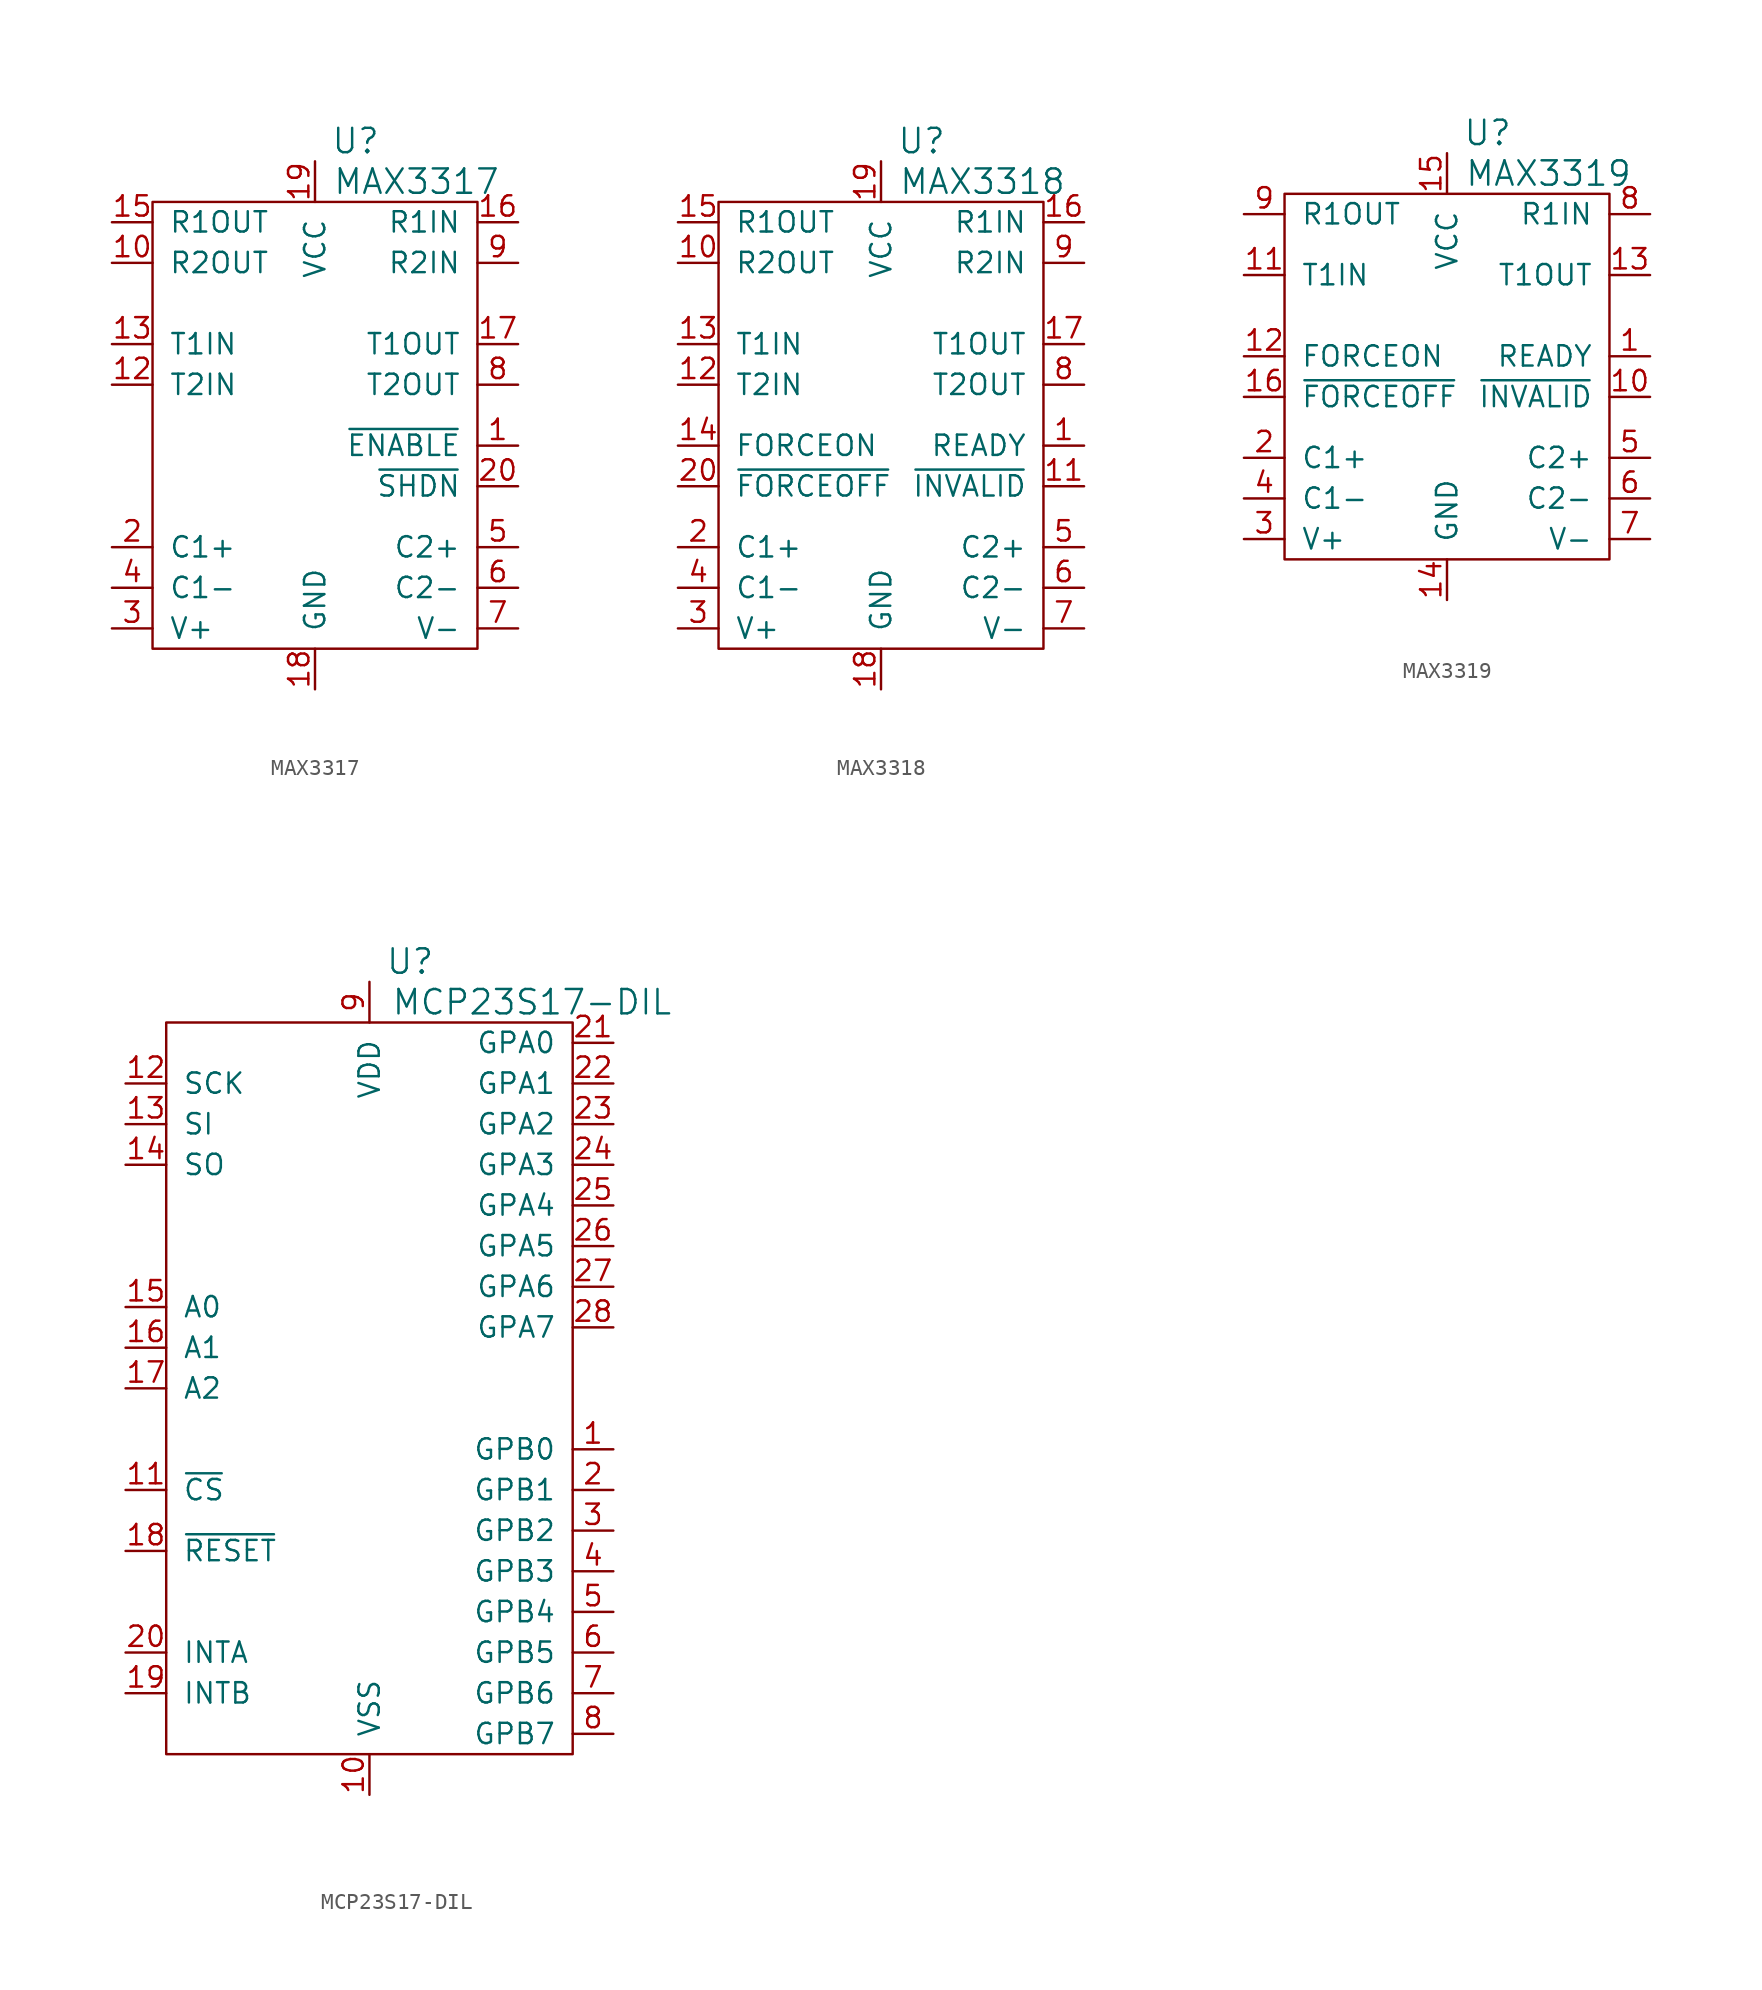
<source format=kicad_sym>
(kicad_symbol_lib
  (version 20220914)
  (generator kicad_symbol_editor)
  (symbol "MAX3317"
    (pin_names
      (offset 1.016))
    (property "Reference" "U"
      (at 2.54 17.78 0)
      (effects (font (size 1.524 1.524))))
    (property "Value" "MAX3317"
      (at 6.35 15.24 0)
      (effects (font (size 1.524 1.524))))
    (property "Footprint" ""
      (at 0 0 0)
      (effects (font (size 1.524 1.524))))
    (property "Datasheet" ""
      (at 0 0 0)
      (effects (font (size 1.524 1.524))))
    (symbol "MAX3317_0_1"
      (rectangle (start -10.16 13.97) (end 10.16 -13.97) (stroke (width 0) (type solid)) (fill (type none))))
    (symbol "MAX3317_1_1"
      (pin passive line (at 12.7 -1.27 180) (length 2.54) (name "~{ENABLE}" (effects (font (size 1.27 1.27)))) (number "1" (effects (font (size 1.27 1.27)))))
      (pin passive line (at -12.7 10.16 0) (length 2.54) (name "R2OUT" (effects (font (size 1.27 1.27)))) (number "10" (effects (font (size 1.27 1.27)))))
      (pin passive line (at -12.7 2.54 0) (length 2.54) (name "T2IN" (effects (font (size 1.27 1.27)))) (number "12" (effects (font (size 1.27 1.27)))))
      (pin passive line (at -12.7 5.08 0) (length 2.54) (name "T1IN" (effects (font (size 1.27 1.27)))) (number "13" (effects (font (size 1.27 1.27)))))
      (pin passive line (at -12.7 12.7 0) (length 2.54) (name "R1OUT" (effects (font (size 1.27 1.27)))) (number "15" (effects (font (size 1.27 1.27)))))
      (pin passive line (at 12.7 12.7 180) (length 2.54) (name "R1IN" (effects (font (size 1.27 1.27)))) (number "16" (effects (font (size 1.27 1.27)))))
      (pin passive line (at 12.7 5.08 180) (length 2.54) (name "T1OUT" (effects (font (size 1.27 1.27)))) (number "17" (effects (font (size 1.27 1.27)))))
      (pin passive line (at 0 -16.51 90) (length 2.54) (name "GND" (effects (font (size 1.27 1.27)))) (number "18" (effects (font (size 1.27 1.27)))))
      (pin passive line (at 0 16.51 270) (length 2.54) (name "VCC" (effects (font (size 1.27 1.27)))) (number "19" (effects (font (size 1.27 1.27)))))
      (pin passive line (at -12.7 -7.62 0) (length 2.54) (name "C1+" (effects (font (size 1.27 1.27)))) (number "2" (effects (font (size 1.27 1.27)))))
      (pin passive line (at 12.7 -3.81 180) (length 2.54) (name "~{SHDN}" (effects (font (size 1.27 1.27)))) (number "20" (effects (font (size 1.27 1.27)))))
      (pin passive line (at -12.7 -12.7 0) (length 2.54) (name "V+" (effects (font (size 1.27 1.27)))) (number "3" (effects (font (size 1.27 1.27)))))
      (pin passive line (at -12.7 -10.16 0) (length 2.54) (name "C1-" (effects (font (size 1.27 1.27)))) (number "4" (effects (font (size 1.27 1.27)))))
      (pin passive line (at 12.7 -7.62 180) (length 2.54) (name "C2+" (effects (font (size 1.27 1.27)))) (number "5" (effects (font (size 1.27 1.27)))))
      (pin passive line (at 12.7 -10.16 180) (length 2.54) (name "C2-" (effects (font (size 1.27 1.27)))) (number "6" (effects (font (size 1.27 1.27)))))
      (pin passive line (at 12.7 -12.7 180) (length 2.54) (name "V-" (effects (font (size 1.27 1.27)))) (number "7" (effects (font (size 1.27 1.27)))))
      (pin passive line (at 12.7 2.54 180) (length 2.54) (name "T2OUT" (effects (font (size 1.27 1.27)))) (number "8" (effects (font (size 1.27 1.27)))))
      (pin passive line (at 12.7 10.16 180) (length 2.54) (name "R2IN" (effects (font (size 1.27 1.27)))) (number "9" (effects (font (size 1.27 1.27)))))))
  (symbol "MAX3318"
    (pin_names
      (offset 1.016))
    (property "Reference" "U"
      (at 2.54 17.78 0)
      (effects (font (size 1.524 1.524))))
    (property "Value" "MAX3318"
      (at 6.35 15.24 0)
      (effects (font (size 1.524 1.524))))
    (property "Footprint" ""
      (at 0 0 0)
      (effects (font (size 1.524 1.524))))
    (property "Datasheet" ""
      (at 0 0 0)
      (effects (font (size 1.524 1.524))))
    (symbol "MAX3318_0_1"
      (rectangle (start -10.16 13.97) (end 10.16 -13.97) (stroke (width 0) (type solid)) (fill (type none))))
    (symbol "MAX3318_1_1"
      (pin passive line (at 12.7 -1.27 180) (length 2.54) (name "READY" (effects (font (size 1.27 1.27)))) (number "1" (effects (font (size 1.27 1.27)))))
      (pin passive line (at -12.7 10.16 0) (length 2.54) (name "R2OUT" (effects (font (size 1.27 1.27)))) (number "10" (effects (font (size 1.27 1.27)))))
      (pin passive line (at 12.7 -3.81 180) (length 2.54) (name "~{INVALID}" (effects (font (size 1.27 1.27)))) (number "11" (effects (font (size 1.27 1.27)))))
      (pin passive line (at -12.7 2.54 0) (length 2.54) (name "T2IN" (effects (font (size 1.27 1.27)))) (number "12" (effects (font (size 1.27 1.27)))))
      (pin passive line (at -12.7 5.08 0) (length 2.54) (name "T1IN" (effects (font (size 1.27 1.27)))) (number "13" (effects (font (size 1.27 1.27)))))
      (pin passive line (at -12.7 -1.27 0) (length 2.54) (name "FORCEON" (effects (font (size 1.27 1.27)))) (number "14" (effects (font (size 1.27 1.27)))))
      (pin passive line (at -12.7 12.7 0) (length 2.54) (name "R1OUT" (effects (font (size 1.27 1.27)))) (number "15" (effects (font (size 1.27 1.27)))))
      (pin passive line (at 12.7 12.7 180) (length 2.54) (name "R1IN" (effects (font (size 1.27 1.27)))) (number "16" (effects (font (size 1.27 1.27)))))
      (pin passive line (at 12.7 5.08 180) (length 2.54) (name "T1OUT" (effects (font (size 1.27 1.27)))) (number "17" (effects (font (size 1.27 1.27)))))
      (pin passive line (at 0 -16.51 90) (length 2.54) (name "GND" (effects (font (size 1.27 1.27)))) (number "18" (effects (font (size 1.27 1.27)))))
      (pin passive line (at 0 16.51 270) (length 2.54) (name "VCC" (effects (font (size 1.27 1.27)))) (number "19" (effects (font (size 1.27 1.27)))))
      (pin passive line (at -12.7 -7.62 0) (length 2.54) (name "C1+" (effects (font (size 1.27 1.27)))) (number "2" (effects (font (size 1.27 1.27)))))
      (pin passive line (at -12.7 -3.81 0) (length 2.54) (name "~{FORCEOFF}" (effects (font (size 1.27 1.27)))) (number "20" (effects (font (size 1.27 1.27)))))
      (pin passive line (at -12.7 -12.7 0) (length 2.54) (name "V+" (effects (font (size 1.27 1.27)))) (number "3" (effects (font (size 1.27 1.27)))))
      (pin passive line (at -12.7 -10.16 0) (length 2.54) (name "C1-" (effects (font (size 1.27 1.27)))) (number "4" (effects (font (size 1.27 1.27)))))
      (pin passive line (at 12.7 -7.62 180) (length 2.54) (name "C2+" (effects (font (size 1.27 1.27)))) (number "5" (effects (font (size 1.27 1.27)))))
      (pin passive line (at 12.7 -10.16 180) (length 2.54) (name "C2-" (effects (font (size 1.27 1.27)))) (number "6" (effects (font (size 1.27 1.27)))))
      (pin passive line (at 12.7 -12.7 180) (length 2.54) (name "V-" (effects (font (size 1.27 1.27)))) (number "7" (effects (font (size 1.27 1.27)))))
      (pin passive line (at 12.7 2.54 180) (length 2.54) (name "T2OUT" (effects (font (size 1.27 1.27)))) (number "8" (effects (font (size 1.27 1.27)))))
      (pin passive line (at 12.7 10.16 180) (length 2.54) (name "R2IN" (effects (font (size 1.27 1.27)))) (number "9" (effects (font (size 1.27 1.27)))))))
  (symbol "MAX3319"
    (pin_names
      (offset 1.016))
    (property "Reference" "U"
      (at 2.54 15.24 0)
      (effects (font (size 1.524 1.524))))
    (property "Value" "MAX3319"
      (at 6.35 12.7 0)
      (effects (font (size 1.524 1.524))))
    (property "Footprint" ""
      (at 0 0 0)
      (effects (font (size 1.524 1.524))))
    (property "Datasheet" ""
      (at 0 0 0)
      (effects (font (size 1.524 1.524))))
    (symbol "MAX3319_0_1"
      (rectangle (start 10.16 11.43) (end -10.16 -11.43) (stroke (width 0) (type solid)) (fill (type none))))
    (symbol "MAX3319_1_1"
      (pin passive line (at 12.7 1.27 180) (length 2.54) (name "READY" (effects (font (size 1.27 1.27)))) (number "1" (effects (font (size 1.27 1.27)))))
      (pin passive line (at 12.7 -1.27 180) (length 2.54) (name "~{INVALID}" (effects (font (size 1.27 1.27)))) (number "10" (effects (font (size 1.27 1.27)))))
      (pin passive line (at -12.7 6.35 0) (length 2.54) (name "T1IN" (effects (font (size 1.27 1.27)))) (number "11" (effects (font (size 1.27 1.27)))))
      (pin passive line (at -12.7 1.27 0) (length 2.54) (name "FORCEON" (effects (font (size 1.27 1.27)))) (number "12" (effects (font (size 1.27 1.27)))))
      (pin passive line (at 12.7 6.35 180) (length 2.54) (name "T1OUT" (effects (font (size 1.27 1.27)))) (number "13" (effects (font (size 1.27 1.27)))))
      (pin passive line (at 0 -13.97 90) (length 2.54) (name "GND" (effects (font (size 1.27 1.27)))) (number "14" (effects (font (size 1.27 1.27)))))
      (pin passive line (at 0 13.97 270) (length 2.54) (name "VCC" (effects (font (size 1.27 1.27)))) (number "15" (effects (font (size 1.27 1.27)))))
      (pin passive line (at -12.7 -1.27 0) (length 2.54) (name "~{FORCEOFF}" (effects (font (size 1.27 1.27)))) (number "16" (effects (font (size 1.27 1.27)))))
      (pin passive line (at -12.7 -5.08 0) (length 2.54) (name "C1+" (effects (font (size 1.27 1.27)))) (number "2" (effects (font (size 1.27 1.27)))))
      (pin passive line (at -12.7 -10.16 0) (length 2.54) (name "V+" (effects (font (size 1.27 1.27)))) (number "3" (effects (font (size 1.27 1.27)))))
      (pin passive line (at -12.7 -7.62 0) (length 2.54) (name "C1-" (effects (font (size 1.27 1.27)))) (number "4" (effects (font (size 1.27 1.27)))))
      (pin passive line (at 12.7 -5.08 180) (length 2.54) (name "C2+" (effects (font (size 1.27 1.27)))) (number "5" (effects (font (size 1.27 1.27)))))
      (pin passive line (at 12.7 -7.62 180) (length 2.54) (name "C2-" (effects (font (size 1.27 1.27)))) (number "6" (effects (font (size 1.27 1.27)))))
      (pin passive line (at 12.7 -10.16 180) (length 2.54) (name "V-" (effects (font (size 1.27 1.27)))) (number "7" (effects (font (size 1.27 1.27)))))
      (pin passive line (at 12.7 10.16 180) (length 2.54) (name "R1IN" (effects (font (size 1.27 1.27)))) (number "8" (effects (font (size 1.27 1.27)))))
      (pin passive line (at -12.7 10.16 0) (length 2.54) (name "R1OUT" (effects (font (size 1.27 1.27)))) (number "9" (effects (font (size 1.27 1.27)))))))
  (symbol "MCP23S17-DIL"
    (pin_names
      (offset 1.016))
    (property "Reference" "U"
      (at 2.54 26.67 0)
      (effects (font (size 1.524 1.524))))
    (property "Value" "MCP23S17-DIL"
      (at 10.16 24.13 0)
      (effects (font (size 1.524 1.524))))
    (property "Footprint" ""
      (at 0 0 0)
      (effects (font (size 1.524 1.524))))
    (property "Datasheet" ""
      (at 0 0 0)
      (effects (font (size 1.524 1.524))))
    (symbol "MCP23S17-DIL_0_1"
      (rectangle (start -12.7 22.86) (end 12.7 -22.86) (stroke (width 0) (type solid)) (fill (type none))))
    (symbol "MCP23S17-DIL_1_1"
      (pin input line (at 15.24 -3.81 180) (length 2.54) (name "GPB0" (effects (font (size 1.27 1.27)))) (number "1" (effects (font (size 1.27 1.27)))))
      (pin passive line (at 0 -25.4 90) (length 2.54) (name "VSS" (effects (font (size 1.27 1.27)))) (number "10" (effects (font (size 1.27 1.27)))))
      (pin input line (at -15.24 -6.35 0) (length 2.54) (name "~{CS}" (effects (font (size 1.27 1.27)))) (number "11" (effects (font (size 1.27 1.27)))))
      (pin input line (at -15.24 19.05 0) (length 2.54) (name "SCK" (effects (font (size 1.27 1.27)))) (number "12" (effects (font (size 1.27 1.27)))))
      (pin input line (at -15.24 16.51 0) (length 2.54) (name "SI" (effects (font (size 1.27 1.27)))) (number "13" (effects (font (size 1.27 1.27)))))
      (pin input line (at -15.24 13.97 0) (length 2.54) (name "SO" (effects (font (size 1.27 1.27)))) (number "14" (effects (font (size 1.27 1.27)))))
      (pin input line (at -15.24 5.08 0) (length 2.54) (name "A0" (effects (font (size 1.27 1.27)))) (number "15" (effects (font (size 1.27 1.27)))))
      (pin input line (at -15.24 2.54 0) (length 2.54) (name "A1" (effects (font (size 1.27 1.27)))) (number "16" (effects (font (size 1.27 1.27)))))
      (pin input line (at -15.24 0 0) (length 2.54) (name "A2" (effects (font (size 1.27 1.27)))) (number "17" (effects (font (size 1.27 1.27)))))
      (pin input line (at -15.24 -10.16 0) (length 2.54) (name "~{RESET}" (effects (font (size 1.27 1.27)))) (number "18" (effects (font (size 1.27 1.27)))))
      (pin input line (at -15.24 -19.05 0) (length 2.54) (name "INTB" (effects (font (size 1.27 1.27)))) (number "19" (effects (font (size 1.27 1.27)))))
      (pin input line (at 15.24 -6.35 180) (length 2.54) (name "GPB1" (effects (font (size 1.27 1.27)))) (number "2" (effects (font (size 1.27 1.27)))))
      (pin input line (at -15.24 -16.51 0) (length 2.54) (name "INTA" (effects (font (size 1.27 1.27)))) (number "20" (effects (font (size 1.27 1.27)))))
      (pin input line (at 15.24 21.59 180) (length 2.54) (name "GPA0" (effects (font (size 1.27 1.27)))) (number "21" (effects (font (size 1.27 1.27)))))
      (pin input line (at 15.24 19.05 180) (length 2.54) (name "GPA1" (effects (font (size 1.27 1.27)))) (number "22" (effects (font (size 1.27 1.27)))))
      (pin input line (at 15.24 16.51 180) (length 2.54) (name "GPA2" (effects (font (size 1.27 1.27)))) (number "23" (effects (font (size 1.27 1.27)))))
      (pin input line (at 15.24 13.97 180) (length 2.54) (name "GPA3" (effects (font (size 1.27 1.27)))) (number "24" (effects (font (size 1.27 1.27)))))
      (pin input line (at 15.24 11.43 180) (length 2.54) (name "GPA4" (effects (font (size 1.27 1.27)))) (number "25" (effects (font (size 1.27 1.27)))))
      (pin input line (at 15.24 8.89 180) (length 2.54) (name "GPA5" (effects (font (size 1.27 1.27)))) (number "26" (effects (font (size 1.27 1.27)))))
      (pin input line (at 15.24 6.35 180) (length 2.54) (name "GPA6" (effects (font (size 1.27 1.27)))) (number "27" (effects (font (size 1.27 1.27)))))
      (pin input line (at 15.24 3.81 180) (length 2.54) (name "GPA7" (effects (font (size 1.27 1.27)))) (number "28" (effects (font (size 1.27 1.27)))))
      (pin input line (at 15.24 -8.89 180) (length 2.54) (name "GPB2" (effects (font (size 1.27 1.27)))) (number "3" (effects (font (size 1.27 1.27)))))
      (pin input line (at 15.24 -11.43 180) (length 2.54) (name "GPB3" (effects (font (size 1.27 1.27)))) (number "4" (effects (font (size 1.27 1.27)))))
      (pin input line (at 15.24 -13.97 180) (length 2.54) (name "GPB4" (effects (font (size 1.27 1.27)))) (number "5" (effects (font (size 1.27 1.27)))))
      (pin input line (at 15.24 -16.51 180) (length 2.54) (name "GPB5" (effects (font (size 1.27 1.27)))) (number "6" (effects (font (size 1.27 1.27)))))
      (pin input line (at 15.24 -19.05 180) (length 2.54) (name "GPB6" (effects (font (size 1.27 1.27)))) (number "7" (effects (font (size 1.27 1.27)))))
      (pin input line (at 15.24 -21.59 180) (length 2.54) (name "GPB7" (effects (font (size 1.27 1.27)))) (number "8" (effects (font (size 1.27 1.27)))))
      (pin passive line (at 0 25.4 270) (length 2.54) (name "VDD" (effects (font (size 1.27 1.27)))) (number "9" (effects (font (size 1.27 1.27))))))))
</source>
